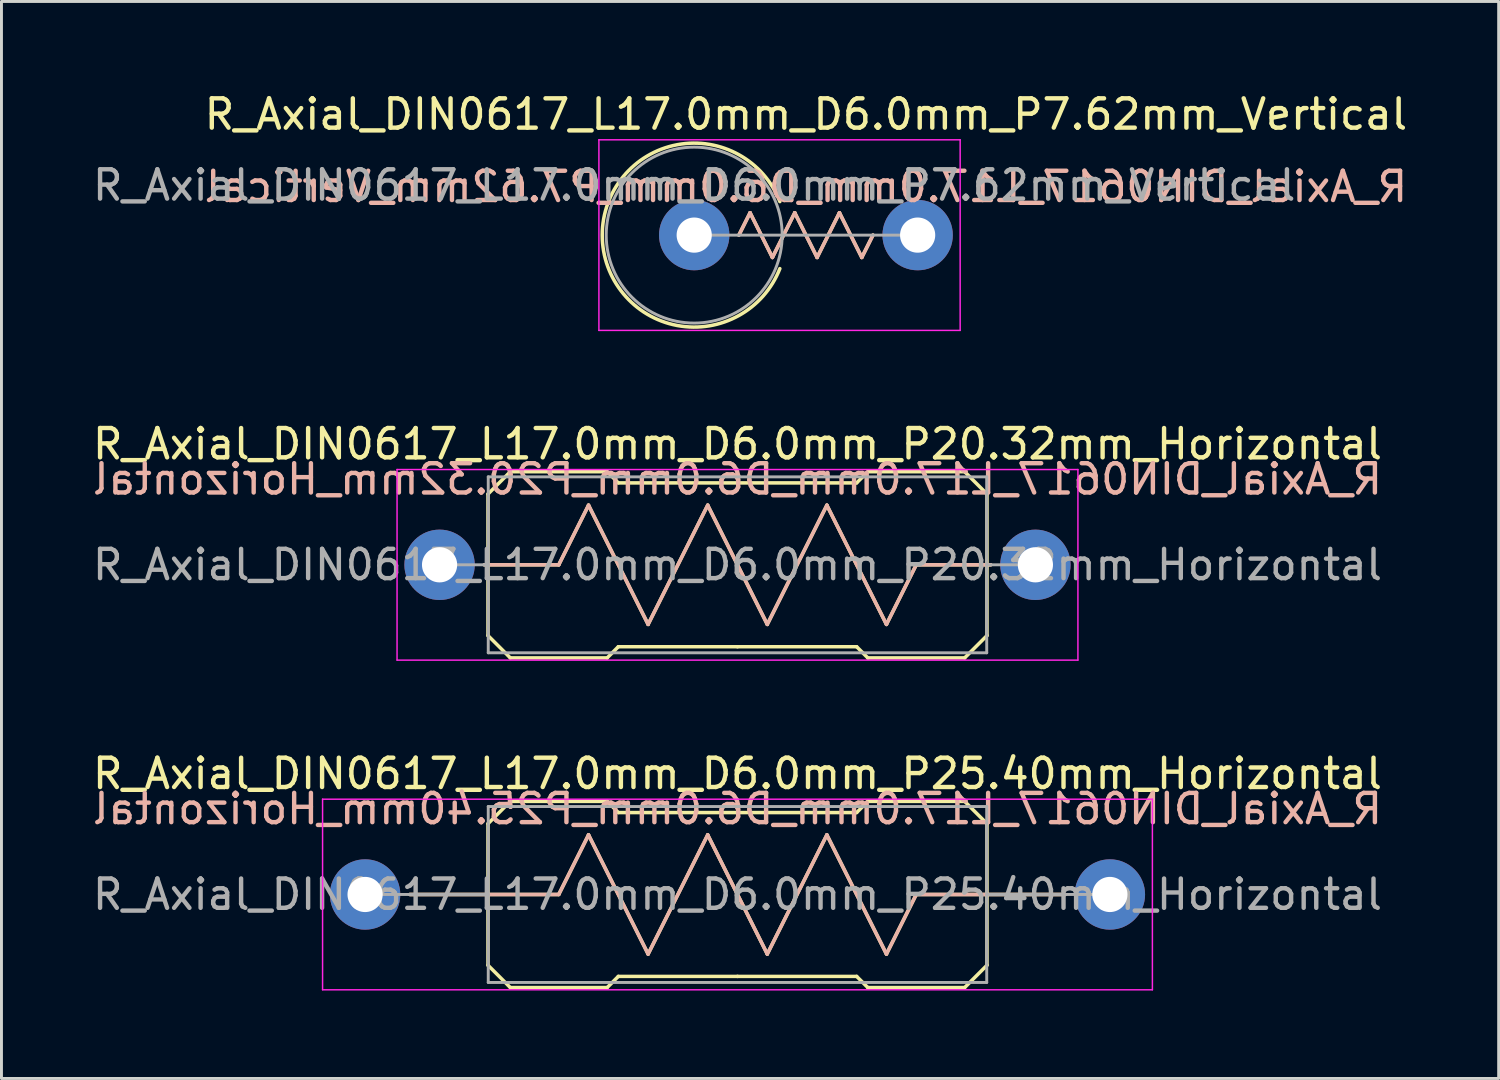
<source format=kicad_pcb>
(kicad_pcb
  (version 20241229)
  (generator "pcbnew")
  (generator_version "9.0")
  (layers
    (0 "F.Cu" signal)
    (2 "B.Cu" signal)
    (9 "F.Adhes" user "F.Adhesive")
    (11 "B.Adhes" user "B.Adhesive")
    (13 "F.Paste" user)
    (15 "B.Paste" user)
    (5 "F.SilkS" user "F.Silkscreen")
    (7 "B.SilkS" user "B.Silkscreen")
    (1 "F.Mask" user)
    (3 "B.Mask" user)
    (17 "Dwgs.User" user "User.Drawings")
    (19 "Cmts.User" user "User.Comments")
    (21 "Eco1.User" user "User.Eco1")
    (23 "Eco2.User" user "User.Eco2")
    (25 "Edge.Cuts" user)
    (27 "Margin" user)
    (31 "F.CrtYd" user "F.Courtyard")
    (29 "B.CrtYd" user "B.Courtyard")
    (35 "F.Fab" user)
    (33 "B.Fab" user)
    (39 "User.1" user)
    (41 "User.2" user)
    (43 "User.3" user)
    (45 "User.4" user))
  (footprint "R_Axial_DIN0617_L17.0mm_D6.0mm_P20.32mm_Horizontal"
    (layer "F.Cu")
    (at 11.941 16.212)
    (property "Reference" "R_Axial_DIN0617_L17.0mm_D6.0mm_P20.32mm_Horizontal" (at 10.16 -4.12 0) (layer "F.SilkS") (effects (font (size 1 1) (thickness 0.15))))
    (attr through_hole)
    (fp_line (start 1.651 -2.413) (end 1.651 2.413) (stroke (width 0.12) (type solid)) (layer "F.SilkS"))
    (fp_line (start 1.651 -2.413) (end 2.413 -3.175) (stroke (width 0.12) (type solid)) (layer "F.SilkS"))
    (fp_line (start 1.651 0) (end 1.524 0) (stroke (width 0.12) (type solid)) (layer "F.SilkS"))
    (fp_line (start 1.651 0) (end 4.064 0) (stroke (width 0.12) (type solid)) (layer "F.SilkS"))
    (fp_line (start 1.651 2.413) (end 2.413 3.175) (stroke (width 0.12) (type solid)) (layer "F.SilkS"))
    (fp_line (start 2.413 -3.175) (end 5.715 -3.175) (stroke (width 0.12) (type solid)) (layer "F.SilkS"))
    (fp_line (start 2.413 3.175) (end 5.715 3.175) (stroke (width 0.12) (type solid)) (layer "F.SilkS"))
    (fp_line (start 4.064 0) (end 5.08 -2.032) (stroke (width 0.12) (type solid)) (layer "F.SilkS"))
    (fp_line (start 5.08 -2.032) (end 7.112 2.032) (stroke (width 0.12) (type solid)) (layer "F.SilkS"))
    (fp_line (start 5.715 -3.175) (end 6.096 -2.794) (stroke (width 0.12) (type solid)) (layer "F.SilkS"))
    (fp_line (start 5.715 3.175) (end 6.096 2.794) (stroke (width 0.12) (type solid)) (layer "F.SilkS"))
    (fp_line (start 6.096 -2.794) (end 10.16 -2.794) (stroke (width 0.12) (type solid)) (layer "F.SilkS"))
    (fp_line (start 6.096 2.794) (end 10.16 2.794) (stroke (width 0.12) (type solid)) (layer "F.SilkS"))
    (fp_line (start 7.112 2.032) (end 9.144 -2.032) (stroke (width 0.12) (type solid)) (layer "F.SilkS"))
    (fp_line (start 9.144 -2.032) (end 11.176 2.032) (stroke (width 0.12) (type solid)) (layer "F.SilkS"))
    (fp_line (start 11.176 2.032) (end 13.208 -2.032) (stroke (width 0.12) (type solid)) (layer "F.SilkS"))
    (fp_line (start 13.208 -2.032) (end 15.24 2.032) (stroke (width 0.12) (type solid)) (layer "F.SilkS"))
    (fp_line (start 14.224 -2.794) (end 10.16 -2.794) (stroke (width 0.12) (type solid)) (layer "F.SilkS"))
    (fp_line (start 14.224 2.794) (end 10.16 2.794) (stroke (width 0.12) (type solid)) (layer "F.SilkS"))
    (fp_line (start 14.605 -3.175) (end 14.224 -2.794) (stroke (width 0.12) (type solid)) (layer "F.SilkS"))
    (fp_line (start 14.605 3.175) (end 14.224 2.794) (stroke (width 0.12) (type solid)) (layer "F.SilkS"))
    (fp_line (start 15.24 2.032) (end 16.256 0) (stroke (width 0.12) (type solid)) (layer "F.SilkS"))
    (fp_line (start 17.907 -3.175) (end 14.605 -3.175) (stroke (width 0.12) (type solid)) (layer "F.SilkS"))
    (fp_line (start 17.907 3.175) (end 14.605 3.175) (stroke (width 0.12) (type solid)) (layer "F.SilkS"))
    (fp_line (start 18.669 -2.413) (end 17.907 -3.175) (stroke (width 0.12) (type solid)) (layer "F.SilkS"))
    (fp_line (start 18.669 0) (end 16.256 0) (stroke (width 0.12) (type solid)) (layer "F.SilkS"))
    (fp_line (start 18.669 0) (end 18.796 0) (stroke (width 0.12) (type solid)) (layer "F.SilkS"))
    (fp_line (start 18.669 2.413) (end 17.907 3.175) (stroke (width 0.12) (type solid)) (layer "F.SilkS"))
    (fp_line (start 18.669 2.413) (end 18.669 -2.413) (stroke (width 0.12) (type solid)) (layer "F.SilkS"))
    (fp_line (start 1.524 0) (end 4.064 0) (stroke (width 0.12) (type solid)) (layer "B.SilkS"))
    (fp_line (start 4.064 0) (end 5.08 -2.032) (stroke (width 0.12) (type solid)) (layer "B.SilkS"))
    (fp_line (start 5.08 -2.032) (end 7.112 2.032) (stroke (width 0.12) (type solid)) (layer "B.SilkS"))
    (fp_line (start 7.112 2.032) (end 9.144 -2.032) (stroke (width 0.12) (type solid)) (layer "B.SilkS"))
    (fp_line (start 9.144 -2.032) (end 11.176 2.032) (stroke (width 0.12) (type solid)) (layer "B.SilkS"))
    (fp_line (start 11.176 2.032) (end 13.208 -2.032) (stroke (width 0.12) (type solid)) (layer "B.SilkS"))
    (fp_line (start 13.208 -2.032) (end 15.24 2.032) (stroke (width 0.12) (type solid)) (layer "B.SilkS"))
    (fp_line (start 15.24 2.032) (end 16.256 0) (stroke (width 0.12) (type solid)) (layer "B.SilkS"))
    (fp_line (start 16.256 0) (end 18.796 0) (stroke (width 0.12) (type solid)) (layer "B.SilkS"))
    (fp_line (start -1.45 -3.25) (end -1.45 3.25) (stroke (width 0.05) (type solid)) (layer "F.CrtYd"))
    (fp_line (start -1.45 3.25) (end 21.77 3.25) (stroke (width 0.05) (type solid)) (layer "F.CrtYd"))
    (fp_line (start 21.77 -3.25) (end -1.45 -3.25) (stroke (width 0.05) (type solid)) (layer "F.CrtYd"))
    (fp_line (start 21.77 3.25) (end 21.77 -3.25) (stroke (width 0.05) (type solid)) (layer "F.CrtYd"))
    (fp_line (start 0 0) (end 1.66 0) (stroke (width 0.1) (type solid)) (layer "F.Fab"))
    (fp_line (start 1.66 -3) (end 1.66 3) (stroke (width 0.1) (type solid)) (layer "F.Fab"))
    (fp_line (start 1.66 3) (end 18.66 3) (stroke (width 0.1) (type solid)) (layer "F.Fab"))
    (fp_line (start 18.66 -3) (end 1.66 -3) (stroke (width 0.1) (type solid)) (layer "F.Fab"))
    (fp_line (start 18.66 3) (end 18.66 -3) (stroke (width 0.1) (type solid)) (layer "F.Fab"))
    (fp_line (start 20.32 0) (end 18.66 0) (stroke (width 0.1) (type solid)) (layer "F.Fab"))
    (fp_text user "${REFERENCE}" (at 10.16 -2.921 0) (unlocked yes) (layer "B.SilkS") (effects (font (size 1 1) (thickness 0.15)) (justify mirror)))
    (fp_text user "${REFERENCE}" (at 10.16 0 0) (layer "F.Fab") (effects (font (size 1 1) (thickness 0.15))))
    (pad "1" thru_hole circle (at 0 0) (size 2.4 2.4) (drill 1.2) (layers "*.Cu" "*.Mask"))
    (pad "2" thru_hole oval (at 20.32 0) (size 2.4 2.4) (drill 1.2) (layers "*.Cu" "*.Mask")))
  (footprint "R_Axial_DIN0617_L17.0mm_D6.0mm_P25.40mm_Horizontal"
    (layer "F.Cu")
    (at 9.401 27.455)
    (property "Reference" "R_Axial_DIN0617_L17.0mm_D6.0mm_P25.40mm_Horizontal" (at 12.7 -4.12 0) (layer "F.SilkS") (effects (font (size 1 1) (thickness 0.15))))
    (attr through_hole)
    (fp_line (start 4.191 -2.413) (end 4.191 2.413) (stroke (width 0.12) (type solid)) (layer "F.SilkS"))
    (fp_line (start 4.191 -2.413) (end 4.953 -3.175) (stroke (width 0.12) (type solid)) (layer "F.SilkS"))
    (fp_line (start 4.191 0) (end 1.524 0) (stroke (width 0.12) (type solid)) (layer "F.SilkS"))
    (fp_line (start 4.191 0) (end 6.604 0) (stroke (width 0.12) (type solid)) (layer "F.SilkS"))
    (fp_line (start 4.191 2.413) (end 4.953 3.175) (stroke (width 0.12) (type solid)) (layer "F.SilkS"))
    (fp_line (start 4.953 -3.175) (end 8.255 -3.175) (stroke (width 0.12) (type solid)) (layer "F.SilkS"))
    (fp_line (start 4.953 3.175) (end 8.255 3.175) (stroke (width 0.12) (type solid)) (layer "F.SilkS"))
    (fp_line (start 6.604 0) (end 7.62 -2.032) (stroke (width 0.12) (type solid)) (layer "F.SilkS"))
    (fp_line (start 7.62 -2.032) (end 9.652 2.032) (stroke (width 0.12) (type solid)) (layer "F.SilkS"))
    (fp_line (start 8.255 -3.175) (end 8.636 -2.794) (stroke (width 0.12) (type solid)) (layer "F.SilkS"))
    (fp_line (start 8.255 3.175) (end 8.636 2.794) (stroke (width 0.12) (type solid)) (layer "F.SilkS"))
    (fp_line (start 8.636 -2.794) (end 12.7 -2.794) (stroke (width 0.12) (type solid)) (layer "F.SilkS"))
    (fp_line (start 8.636 2.794) (end 12.7 2.794) (stroke (width 0.12) (type solid)) (layer "F.SilkS"))
    (fp_line (start 9.652 2.032) (end 11.684 -2.032) (stroke (width 0.12) (type solid)) (layer "F.SilkS"))
    (fp_line (start 11.684 -2.032) (end 13.716 2.032) (stroke (width 0.12) (type solid)) (layer "F.SilkS"))
    (fp_line (start 13.716 2.032) (end 15.748 -2.032) (stroke (width 0.12) (type solid)) (layer "F.SilkS"))
    (fp_line (start 15.748 -2.032) (end 17.78 2.032) (stroke (width 0.12) (type solid)) (layer "F.SilkS"))
    (fp_line (start 16.764 -2.794) (end 12.7 -2.794) (stroke (width 0.12) (type solid)) (layer "F.SilkS"))
    (fp_line (start 16.764 2.794) (end 12.7 2.794) (stroke (width 0.12) (type solid)) (layer "F.SilkS"))
    (fp_line (start 17.145 -3.175) (end 16.764 -2.794) (stroke (width 0.12) (type solid)) (layer "F.SilkS"))
    (fp_line (start 17.145 3.175) (end 16.764 2.794) (stroke (width 0.12) (type solid)) (layer "F.SilkS"))
    (fp_line (start 17.78 2.032) (end 18.796 0) (stroke (width 0.12) (type solid)) (layer "F.SilkS"))
    (fp_line (start 20.447 -3.175) (end 17.145 -3.175) (stroke (width 0.12) (type solid)) (layer "F.SilkS"))
    (fp_line (start 20.447 3.175) (end 17.145 3.175) (stroke (width 0.12) (type solid)) (layer "F.SilkS"))
    (fp_line (start 21.209 -2.413) (end 20.447 -3.175) (stroke (width 0.12) (type solid)) (layer "F.SilkS"))
    (fp_line (start 21.209 0) (end 18.796 0) (stroke (width 0.12) (type solid)) (layer "F.SilkS"))
    (fp_line (start 21.209 0) (end 23.876 0) (stroke (width 0.12) (type solid)) (layer "F.SilkS"))
    (fp_line (start 21.209 2.413) (end 20.447 3.175) (stroke (width 0.12) (type solid)) (layer "F.SilkS"))
    (fp_line (start 21.209 2.413) (end 21.209 -2.413) (stroke (width 0.12) (type solid)) (layer "F.SilkS"))
    (fp_line (start 1.524 0) (end 6.604 0) (stroke (width 0.12) (type solid)) (layer "B.SilkS"))
    (fp_line (start 6.604 0) (end 7.62 -2.032) (stroke (width 0.12) (type solid)) (layer "B.SilkS"))
    (fp_line (start 7.62 -2.032) (end 9.652 2.032) (stroke (width 0.12) (type solid)) (layer "B.SilkS"))
    (fp_line (start 9.652 2.032) (end 11.684 -2.032) (stroke (width 0.12) (type solid)) (layer "B.SilkS"))
    (fp_line (start 11.684 -2.032) (end 13.716 2.032) (stroke (width 0.12) (type solid)) (layer "B.SilkS"))
    (fp_line (start 13.716 2.032) (end 15.748 -2.032) (stroke (width 0.12) (type solid)) (layer "B.SilkS"))
    (fp_line (start 15.748 -2.032) (end 17.78 2.032) (stroke (width 0.12) (type solid)) (layer "B.SilkS"))
    (fp_line (start 17.78 2.032) (end 18.796 0) (stroke (width 0.12) (type solid)) (layer "B.SilkS"))
    (fp_line (start 18.796 0) (end 23.876 0) (stroke (width 0.12) (type solid)) (layer "B.SilkS"))
    (fp_line (start -1.45 -3.25) (end -1.45 3.25) (stroke (width 0.05) (type solid)) (layer "F.CrtYd"))
    (fp_line (start -1.45 3.25) (end 26.85 3.25) (stroke (width 0.05) (type solid)) (layer "F.CrtYd"))
    (fp_line (start 26.85 -3.25) (end -1.45 -3.25) (stroke (width 0.05) (type solid)) (layer "F.CrtYd"))
    (fp_line (start 26.85 3.25) (end 26.85 -3.25) (stroke (width 0.05) (type solid)) (layer "F.CrtYd"))
    (fp_line (start 0 0) (end 4.2 0) (stroke (width 0.1) (type solid)) (layer "F.Fab"))
    (fp_line (start 4.2 -3) (end 4.2 3) (stroke (width 0.1) (type solid)) (layer "F.Fab"))
    (fp_line (start 4.2 3) (end 21.2 3) (stroke (width 0.1) (type solid)) (layer "F.Fab"))
    (fp_line (start 21.2 -3) (end 4.2 -3) (stroke (width 0.1) (type solid)) (layer "F.Fab"))
    (fp_line (start 21.2 3) (end 21.2 -3) (stroke (width 0.1) (type solid)) (layer "F.Fab"))
    (fp_line (start 25.4 0) (end 21.2 0) (stroke (width 0.1) (type solid)) (layer "F.Fab"))
    (fp_text user "${REFERENCE}" (at 12.7 -2.921 0) (unlocked yes) (layer "B.SilkS") (effects (font (size 1 1) (thickness 0.15)) (justify mirror)))
    (fp_text user "${REFERENCE}" (at 12.7 0 0) (layer "F.Fab") (effects (font (size 1 1) (thickness 0.15))))
    (pad "1" thru_hole circle (at 0 0) (size 2.4 2.4) (drill 1.2) (layers "*.Cu" "*.Mask"))
    (pad "2" thru_hole oval (at 25.4 0) (size 2.4 2.4) (drill 1.2) (layers "*.Cu" "*.Mask")))
  (footprint "R_Axial_DIN0617_L17.0mm_D6.0mm_P7.62mm_Vertical"
    (layer "F.Cu")
    (at 20.625 4.968)
    (property "Reference" "R_Axial_DIN0617_L17.0mm_D6.0mm_P7.62mm_Vertical" (at 3.81 -4.12 0) (layer "F.SilkS") (effects (font (size 1 1) (thickness 0.15))))
    (attr through_hole)
    (fp_line (start 1.524 0) (end 1.905 -0.762) (stroke (width 0.12) (type solid)) (layer "F.SilkS"))
    (fp_line (start 1.905 -0.762) (end 2.667 0.762) (stroke (width 0.12) (type solid)) (layer "F.SilkS"))
    (fp_line (start 2.667 0.762) (end 3.429 -0.762) (stroke (width 0.12) (type solid)) (layer "F.SilkS"))
    (fp_line (start 3.429 -0.762) (end 4.191 0.762) (stroke (width 0.12) (type solid)) (layer "F.SilkS"))
    (fp_line (start 4.191 0.762) (end 4.953 -0.762) (stroke (width 0.12) (type solid)) (layer "F.SilkS"))
    (fp_line (start 4.953 -0.762) (end 5.715 0.762) (stroke (width 0.12) (type solid)) (layer "F.SilkS"))
    (fp_line (start 5.715 0.762) (end 6.096 0) (stroke (width 0.12) (type solid)) (layer "F.SilkS"))
    (fp_arc (start 2.920999 1.143) (mid -3.136668 0) (end 2.920999 -1.143) (stroke (width 0.12) (type solid)) (layer "F.SilkS"))
    (fp_line (start 1.524 0) (end 1.905 -0.762) (stroke (width 0.12) (type solid)) (layer "B.SilkS"))
    (fp_line (start 1.905 -0.762) (end 2.667 0.762) (stroke (width 0.12) (type solid)) (layer "B.SilkS"))
    (fp_line (start 2.667 0.762) (end 3.429 -0.762) (stroke (width 0.12) (type solid)) (layer "B.SilkS"))
    (fp_line (start 3.429 -0.762) (end 4.191 0.762) (stroke (width 0.12) (type solid)) (layer "B.SilkS"))
    (fp_line (start 4.191 0.762) (end 4.953 -0.762) (stroke (width 0.12) (type solid)) (layer "B.SilkS"))
    (fp_line (start 4.953 -0.762) (end 5.715 0.762) (stroke (width 0.12) (type solid)) (layer "B.SilkS"))
    (fp_line (start 5.715 0.762) (end 6.096 0) (stroke (width 0.12) (type solid)) (layer "B.SilkS"))
    (fp_line (start -3.25 -3.25) (end -3.25 3.25) (stroke (width 0.05) (type solid)) (layer "F.CrtYd"))
    (fp_line (start -3.25 3.25) (end 9.07 3.25) (stroke (width 0.05) (type solid)) (layer "F.CrtYd"))
    (fp_line (start 9.07 -3.25) (end -3.25 -3.25) (stroke (width 0.05) (type solid)) (layer "F.CrtYd"))
    (fp_line (start 9.07 3.25) (end 9.07 -3.25) (stroke (width 0.05) (type solid)) (layer "F.CrtYd"))
    (fp_line (start 0 0) (end 7.62 0) (stroke (width 0.1) (type solid)) (layer "F.Fab"))
    (fp_circle (center 0 0) (end 3 0) (stroke (width 0.1) (type solid)) (fill no) (layer "F.Fab"))
    (fp_text user "${REFERENCE}" (at 3.81 -1.651 0) (unlocked yes) (layer "B.SilkS") (effects (font (size 1 1) (thickness 0.15)) (justify mirror)))
    (fp_text user "${REFERENCE}" (at 0 -1.7 0) (layer "F.Fab") (effects (font (size 1 1) (thickness 0.15))))
    (pad "1" thru_hole circle (at 0 0) (size 2.4 2.4) (drill 1.2) (layers "*.Cu" "*.Mask"))
    (pad "2" thru_hole oval (at 7.62 0) (size 2.4 2.4) (drill 1.2) (layers "*.Cu" "*.Mask")))
  (gr_rect
    (start -3 -3)
    (end 48.06 33.73)
    (stroke (width 0.1) (type default))
    (fill no)
    (layer "Edge.Cuts")))
</source>
